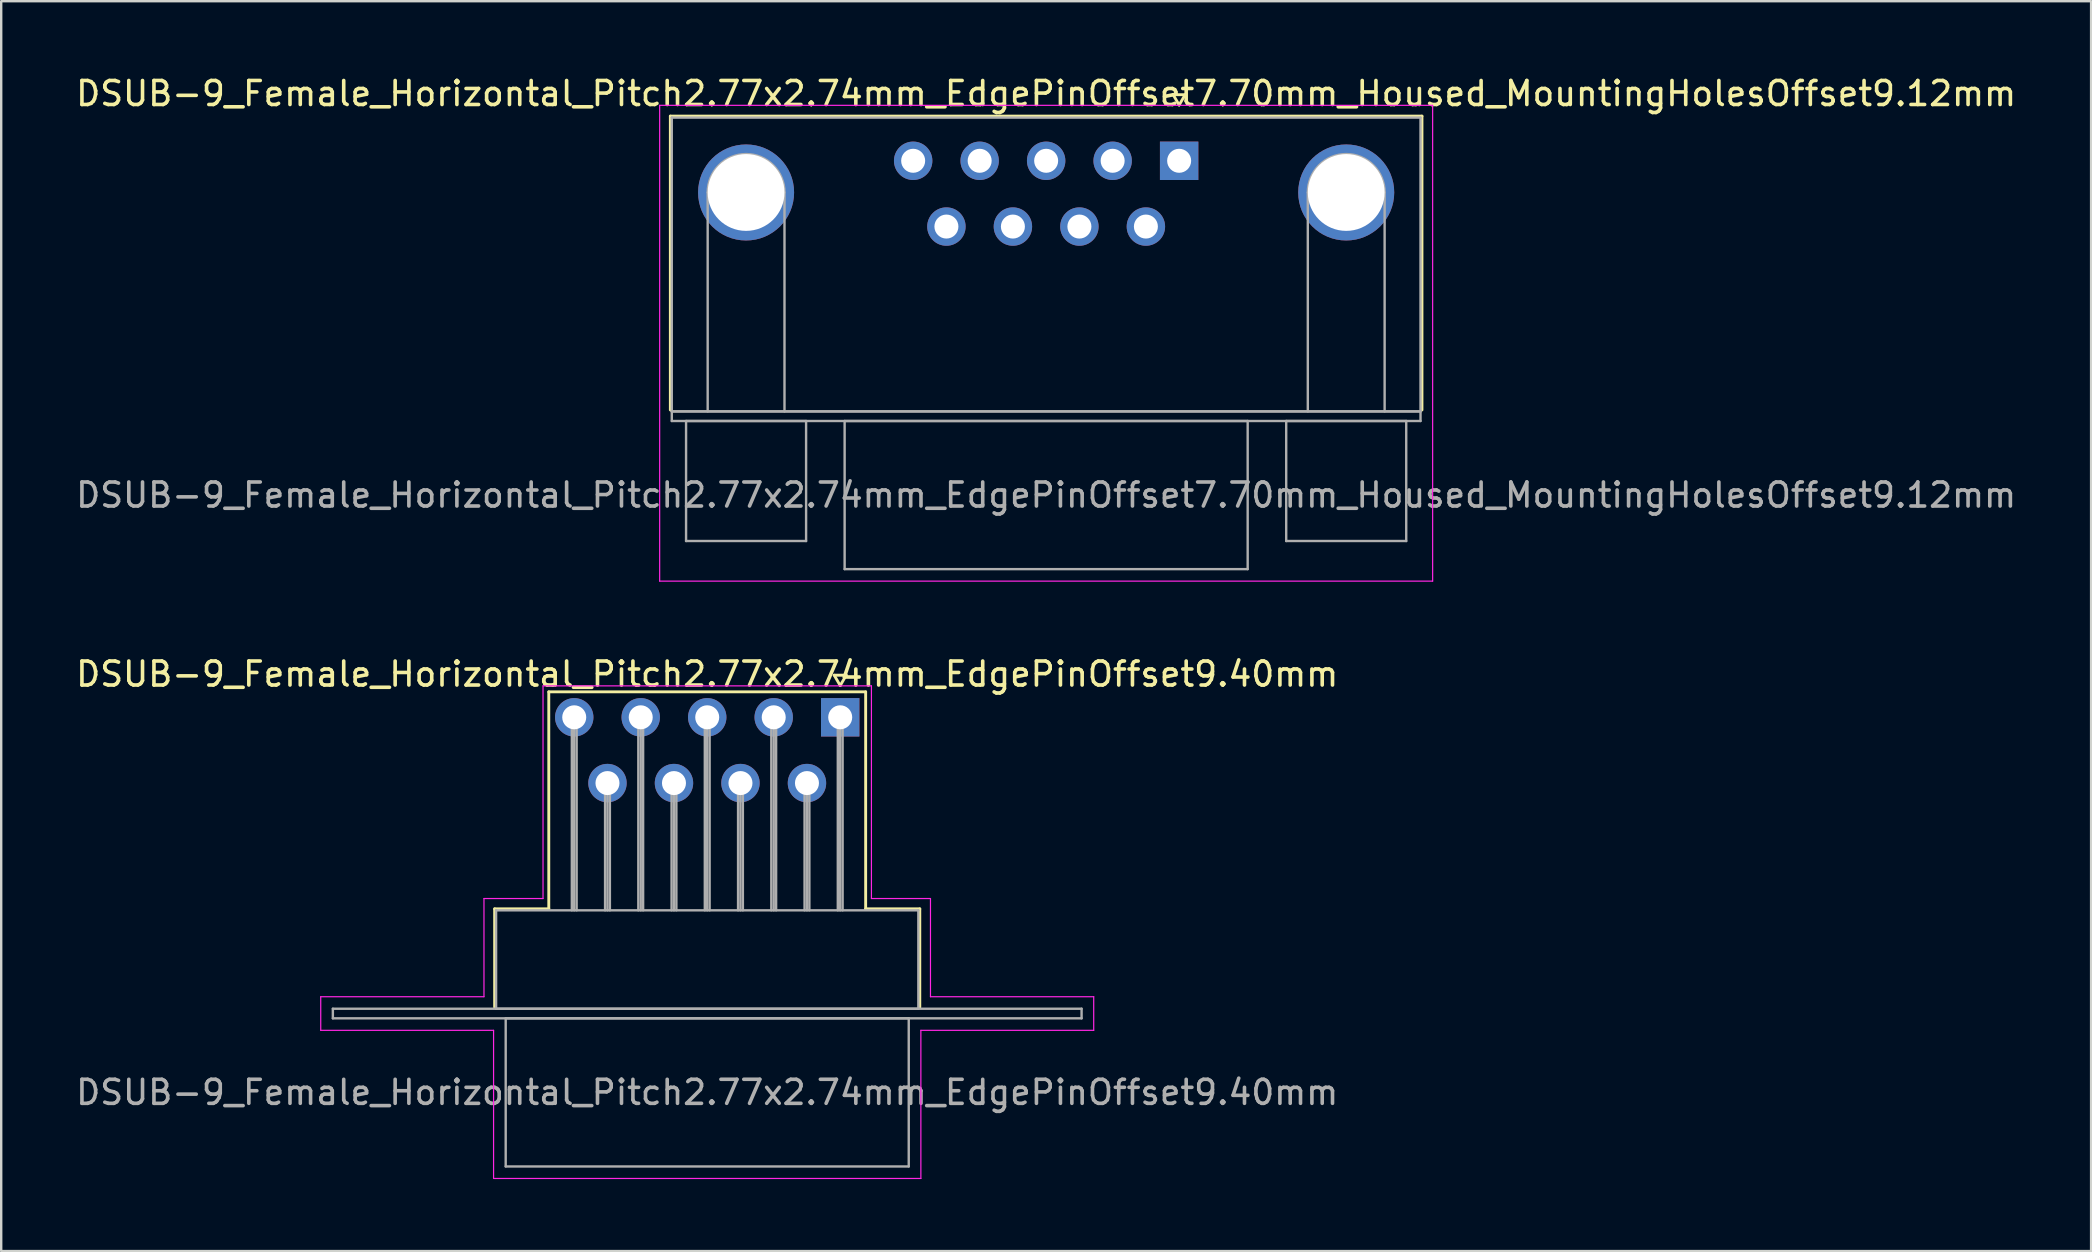
<source format=kicad_pcb>
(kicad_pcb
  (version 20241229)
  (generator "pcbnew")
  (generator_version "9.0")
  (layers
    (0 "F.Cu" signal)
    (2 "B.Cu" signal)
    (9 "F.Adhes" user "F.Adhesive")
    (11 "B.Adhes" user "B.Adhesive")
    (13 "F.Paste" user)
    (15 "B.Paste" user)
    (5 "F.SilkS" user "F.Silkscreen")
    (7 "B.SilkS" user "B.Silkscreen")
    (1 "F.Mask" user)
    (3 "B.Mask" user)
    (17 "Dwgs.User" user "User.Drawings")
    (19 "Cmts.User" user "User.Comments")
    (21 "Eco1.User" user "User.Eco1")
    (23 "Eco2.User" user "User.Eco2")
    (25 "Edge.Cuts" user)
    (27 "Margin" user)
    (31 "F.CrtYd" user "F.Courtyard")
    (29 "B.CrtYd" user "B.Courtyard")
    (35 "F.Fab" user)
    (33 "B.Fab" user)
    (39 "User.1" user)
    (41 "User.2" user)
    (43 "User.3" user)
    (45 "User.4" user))
  (footprint "DSUB-9_Female_Horizontal_Pitch2.77x2.74mm_EdgePinOffset9.40mm"
    (layer "F.Cu")
    (at 31.951 26.831)
    (property "Reference" "DSUB-9_Female_Horizontal_Pitch2.77x2.74mm_EdgePinOffset9.40mm" (at -5.54 -1.8 0) (layer "F.SilkS") (effects (font (size 1 1) (thickness 0.15))))
    (attr through_hole)
    (fp_line (start -14.395 7.98) (end -12.14 7.98) (stroke (width 0.12) (type solid)) (layer "F.SilkS"))
    (fp_line (start -14.395 12.08) (end -14.395 7.98) (stroke (width 0.12) (type solid)) (layer "F.SilkS"))
    (fp_line (start -12.14 -1.06) (end 1.06 -1.06) (stroke (width 0.12) (type solid)) (layer "F.SilkS"))
    (fp_line (start -12.14 7.98) (end -12.14 -1.06) (stroke (width 0.12) (type solid)) (layer "F.SilkS"))
    (fp_line (start -0.25 -1.754) (end 0.25 -1.754) (stroke (width 0.12) (type solid)) (layer "F.SilkS"))
    (fp_line (start 0 -1.321) (end -0.25 -1.754) (stroke (width 0.12) (type solid)) (layer "F.SilkS"))
    (fp_line (start 0.25 -1.754) (end 0 -1.321) (stroke (width 0.12) (type solid)) (layer "F.SilkS"))
    (fp_line (start 1.06 -1.06) (end 1.06 7.98) (stroke (width 0.12) (type solid)) (layer "F.SilkS"))
    (fp_line (start 1.06 7.98) (end 3.315 7.98) (stroke (width 0.12) (type solid)) (layer "F.SilkS"))
    (fp_line (start 3.315 7.98) (end 3.315 12.08) (stroke (width 0.12) (type solid)) (layer "F.SilkS"))
    (fp_line (start -21.64 11.64) (end -14.84 11.64) (stroke (width 0.05) (type solid)) (layer "F.CrtYd"))
    (fp_line (start -21.64 13.04) (end -21.64 11.64) (stroke (width 0.05) (type solid)) (layer "F.CrtYd"))
    (fp_line (start -14.84 7.55) (end -12.38 7.55) (stroke (width 0.05) (type solid)) (layer "F.CrtYd"))
    (fp_line (start -14.84 11.64) (end -14.84 7.55) (stroke (width 0.05) (type solid)) (layer "F.CrtYd"))
    (fp_line (start -14.44 13.04) (end -21.64 13.04) (stroke (width 0.05) (type solid)) (layer "F.CrtYd"))
    (fp_line (start -14.44 19.21) (end -14.44 13.04) (stroke (width 0.05) (type solid)) (layer "F.CrtYd"))
    (fp_line (start -12.38 -1.31) (end 1.3 -1.31) (stroke (width 0.05) (type solid)) (layer "F.CrtYd"))
    (fp_line (start -12.38 7.55) (end -12.38 -1.31) (stroke (width 0.05) (type solid)) (layer "F.CrtYd"))
    (fp_line (start 1.3 -1.31) (end 1.3 7.55) (stroke (width 0.05) (type solid)) (layer "F.CrtYd"))
    (fp_line (start 1.3 7.55) (end 3.76 7.55) (stroke (width 0.05) (type solid)) (layer "F.CrtYd"))
    (fp_line (start 3.36 13.04) (end 3.36 19.21) (stroke (width 0.05) (type solid)) (layer "F.CrtYd"))
    (fp_line (start 3.36 19.21) (end -14.44 19.21) (stroke (width 0.05) (type solid)) (layer "F.CrtYd"))
    (fp_line (start 3.76 7.55) (end 3.76 11.64) (stroke (width 0.05) (type solid)) (layer "F.CrtYd"))
    (fp_line (start 3.76 11.64) (end 10.56 11.64) (stroke (width 0.05) (type solid)) (layer "F.CrtYd"))
    (fp_line (start 10.56 11.64) (end 10.56 13.04) (stroke (width 0.05) (type solid)) (layer "F.CrtYd"))
    (fp_line (start 10.56 13.04) (end 3.36 13.04) (stroke (width 0.05) (type solid)) (layer "F.CrtYd"))
    (fp_line (start -21.135 12.14) (end -21.135 12.54) (stroke (width 0.1) (type solid)) (layer "F.Fab"))
    (fp_line (start -21.135 12.54) (end 10.055 12.54) (stroke (width 0.1) (type solid)) (layer "F.Fab"))
    (fp_line (start -14.335 8.04) (end -14.335 12.14) (stroke (width 0.1) (type solid)) (layer "F.Fab"))
    (fp_line (start -14.335 12.14) (end 3.255 12.14) (stroke (width 0.1) (type solid)) (layer "F.Fab"))
    (fp_line (start -13.935 12.54) (end -13.935 18.71) (stroke (width 0.1) (type solid)) (layer "F.Fab"))
    (fp_line (start -13.935 18.71) (end 2.855 18.71) (stroke (width 0.1) (type solid)) (layer "F.Fab"))
    (fp_line (start -11.18 0) (end -11.18 8.04) (stroke (width 0.1) (type solid)) (layer "F.Fab"))
    (fp_line (start -11.08 0) (end -11.08 8.04) (stroke (width 0.1) (type solid)) (layer "F.Fab"))
    (fp_line (start -10.98 0) (end -10.98 8.04) (stroke (width 0.1) (type solid)) (layer "F.Fab"))
    (fp_line (start -9.795 2.74) (end -9.795 8.04) (stroke (width 0.1) (type solid)) (layer "F.Fab"))
    (fp_line (start -9.695 2.74) (end -9.695 8.04) (stroke (width 0.1) (type solid)) (layer "F.Fab"))
    (fp_line (start -9.595 2.74) (end -9.595 8.04) (stroke (width 0.1) (type solid)) (layer "F.Fab"))
    (fp_line (start -8.41 0) (end -8.41 8.04) (stroke (width 0.1) (type solid)) (layer "F.Fab"))
    (fp_line (start -8.31 0) (end -8.31 8.04) (stroke (width 0.1) (type solid)) (layer "F.Fab"))
    (fp_line (start -8.21 0) (end -8.21 8.04) (stroke (width 0.1) (type solid)) (layer "F.Fab"))
    (fp_line (start -7.025 2.74) (end -7.025 8.04) (stroke (width 0.1) (type solid)) (layer "F.Fab"))
    (fp_line (start -6.925 2.74) (end -6.925 8.04) (stroke (width 0.1) (type solid)) (layer "F.Fab"))
    (fp_line (start -6.825 2.74) (end -6.825 8.04) (stroke (width 0.1) (type solid)) (layer "F.Fab"))
    (fp_line (start -5.64 0) (end -5.64 8.04) (stroke (width 0.1) (type solid)) (layer "F.Fab"))
    (fp_line (start -5.54 0) (end -5.54 8.04) (stroke (width 0.1) (type solid)) (layer "F.Fab"))
    (fp_line (start -5.44 0) (end -5.44 8.04) (stroke (width 0.1) (type solid)) (layer "F.Fab"))
    (fp_line (start -4.255 2.74) (end -4.255 8.04) (stroke (width 0.1) (type solid)) (layer "F.Fab"))
    (fp_line (start -4.155 2.74) (end -4.155 8.04) (stroke (width 0.1) (type solid)) (layer "F.Fab"))
    (fp_line (start -4.055 2.74) (end -4.055 8.04) (stroke (width 0.1) (type solid)) (layer "F.Fab"))
    (fp_line (start -2.87 0) (end -2.87 8.04) (stroke (width 0.1) (type solid)) (layer "F.Fab"))
    (fp_line (start -2.77 0) (end -2.77 8.04) (stroke (width 0.1) (type solid)) (layer "F.Fab"))
    (fp_line (start -2.67 0) (end -2.67 8.04) (stroke (width 0.1) (type solid)) (layer "F.Fab"))
    (fp_line (start -1.485 2.74) (end -1.485 8.04) (stroke (width 0.1) (type solid)) (layer "F.Fab"))
    (fp_line (start -1.385 2.74) (end -1.385 8.04) (stroke (width 0.1) (type solid)) (layer "F.Fab"))
    (fp_line (start -1.285 2.74) (end -1.285 8.04) (stroke (width 0.1) (type solid)) (layer "F.Fab"))
    (fp_line (start -0.1 0) (end -0.1 8.04) (stroke (width 0.1) (type solid)) (layer "F.Fab"))
    (fp_line (start 0 0) (end 0 8.04) (stroke (width 0.1) (type solid)) (layer "F.Fab"))
    (fp_line (start 0.1 0) (end 0.1 8.04) (stroke (width 0.1) (type solid)) (layer "F.Fab"))
    (fp_line (start 2.855 12.54) (end -13.935 12.54) (stroke (width 0.1) (type solid)) (layer "F.Fab"))
    (fp_line (start 2.855 18.71) (end 2.855 12.54) (stroke (width 0.1) (type solid)) (layer "F.Fab"))
    (fp_line (start 3.255 8.04) (end -14.335 8.04) (stroke (width 0.1) (type solid)) (layer "F.Fab"))
    (fp_line (start 3.255 12.14) (end 3.255 8.04) (stroke (width 0.1) (type solid)) (layer "F.Fab"))
    (fp_line (start 10.055 12.14) (end -21.135 12.14) (stroke (width 0.1) (type solid)) (layer "F.Fab"))
    (fp_line (start 10.055 12.54) (end 10.055 12.14) (stroke (width 0.1) (type solid)) (layer "F.Fab"))
    (fp_text user "${REFERENCE}" (at -5.54 15.625 0) (layer "F.Fab") (effects (font (size 1 1) (thickness 0.15))))
    (pad "1" thru_hole rect (at 0 0) (size 1.6 1.6) (drill 1) (layers "*.Cu" "*.Mask"))
    (pad "2" thru_hole circle (at -2.77 0) (size 1.6 1.6) (drill 1) (layers "*.Cu" "*.Mask"))
    (pad "3" thru_hole circle (at -5.54 0) (size 1.6 1.6) (drill 1) (layers "*.Cu" "*.Mask"))
    (pad "4" thru_hole circle (at -8.31 0) (size 1.6 1.6) (drill 1) (layers "*.Cu" "*.Mask"))
    (pad "5" thru_hole circle (at -11.08 0) (size 1.6 1.6) (drill 1) (layers "*.Cu" "*.Mask"))
    (pad "6" thru_hole circle (at -1.385 2.74) (size 1.6 1.6) (drill 1) (layers "*.Cu" "*.Mask"))
    (pad "7" thru_hole circle (at -4.155 2.74) (size 1.6 1.6) (drill 1) (layers "*.Cu" "*.Mask"))
    (pad "8" thru_hole circle (at -6.925 2.74) (size 1.6 1.6) (drill 1) (layers "*.Cu" "*.Mask"))
    (pad "9" thru_hole circle (at -9.695 2.74) (size 1.6 1.6) (drill 1) (layers "*.Cu" "*.Mask")))
  (footprint "DSUB-9_Female_Horizontal_Pitch2.77x2.74mm_EdgePinOffset7.70mm_Housed_MountingHolesOffset9.12mm"
    (layer "F.Cu")
    (at 46.07 3.648)
    (property "Reference" "DSUB-9_Female_Horizontal_Pitch2.77x2.74mm_EdgePinOffset7.70mm_Housed_MountingHolesOffset9.12mm" (at -5.54 -2.8 0) (layer "F.SilkS") (effects (font (size 1 1) (thickness 0.15))))
    (attr through_hole)
    (fp_line (start -21.195 -1.86) (end 10.115 -1.86) (stroke (width 0.12) (type solid)) (layer "F.SilkS"))
    (fp_line (start -21.195 10.38) (end -21.195 -1.86) (stroke (width 0.12) (type solid)) (layer "F.SilkS"))
    (fp_line (start -0.25 -2.754) (end 0.25 -2.754) (stroke (width 0.12) (type solid)) (layer "F.SilkS"))
    (fp_line (start 0 -2.321) (end -0.25 -2.754) (stroke (width 0.12) (type solid)) (layer "F.SilkS"))
    (fp_line (start 0.25 -2.754) (end 0 -2.321) (stroke (width 0.12) (type solid)) (layer "F.SilkS"))
    (fp_line (start 10.115 -1.86) (end 10.115 10.38) (stroke (width 0.12) (type solid)) (layer "F.SilkS"))
    (fp_line (start -21.64 -2.31) (end -21.64 17.51) (stroke (width 0.05) (type solid)) (layer "F.CrtYd"))
    (fp_line (start -21.64 17.51) (end 10.56 17.51) (stroke (width 0.05) (type solid)) (layer "F.CrtYd"))
    (fp_line (start 10.56 -2.31) (end -21.64 -2.31) (stroke (width 0.05) (type solid)) (layer "F.CrtYd"))
    (fp_line (start 10.56 17.51) (end 10.56 -2.31) (stroke (width 0.05) (type solid)) (layer "F.CrtYd"))
    (fp_line (start -21.135 -1.8) (end -21.135 10.44) (stroke (width 0.1) (type solid)) (layer "F.Fab"))
    (fp_line (start -21.135 10.44) (end -21.135 10.84) (stroke (width 0.1) (type solid)) (layer "F.Fab"))
    (fp_line (start -21.135 10.44) (end 10.055 10.44) (stroke (width 0.1) (type solid)) (layer "F.Fab"))
    (fp_line (start -21.135 10.84) (end 10.055 10.84) (stroke (width 0.1) (type solid)) (layer "F.Fab"))
    (fp_line (start -20.54 10.84) (end -20.54 15.84) (stroke (width 0.1) (type solid)) (layer "F.Fab"))
    (fp_line (start -20.54 15.84) (end -15.54 15.84) (stroke (width 0.1) (type solid)) (layer "F.Fab"))
    (fp_line (start -19.64 10.44) (end -19.64 1.32) (stroke (width 0.1) (type solid)) (layer "F.Fab"))
    (fp_line (start -16.44 10.44) (end -16.44 1.32) (stroke (width 0.1) (type solid)) (layer "F.Fab"))
    (fp_line (start -15.54 10.84) (end -20.54 10.84) (stroke (width 0.1) (type solid)) (layer "F.Fab"))
    (fp_line (start -15.54 15.84) (end -15.54 10.84) (stroke (width 0.1) (type solid)) (layer "F.Fab"))
    (fp_line (start -13.935 10.84) (end -13.935 17.01) (stroke (width 0.1) (type solid)) (layer "F.Fab"))
    (fp_line (start -13.935 17.01) (end 2.855 17.01) (stroke (width 0.1) (type solid)) (layer "F.Fab"))
    (fp_line (start 2.855 10.84) (end -13.935 10.84) (stroke (width 0.1) (type solid)) (layer "F.Fab"))
    (fp_line (start 2.855 17.01) (end 2.855 10.84) (stroke (width 0.1) (type solid)) (layer "F.Fab"))
    (fp_line (start 4.46 10.84) (end 4.46 15.84) (stroke (width 0.1) (type solid)) (layer "F.Fab"))
    (fp_line (start 4.46 15.84) (end 9.46 15.84) (stroke (width 0.1) (type solid)) (layer "F.Fab"))
    (fp_line (start 5.36 10.44) (end 5.36 1.32) (stroke (width 0.1) (type solid)) (layer "F.Fab"))
    (fp_line (start 8.56 10.44) (end 8.56 1.32) (stroke (width 0.1) (type solid)) (layer "F.Fab"))
    (fp_line (start 9.46 10.84) (end 4.46 10.84) (stroke (width 0.1) (type solid)) (layer "F.Fab"))
    (fp_line (start 9.46 15.84) (end 9.46 10.84) (stroke (width 0.1) (type solid)) (layer "F.Fab"))
    (fp_line (start 10.055 -1.8) (end -21.135 -1.8) (stroke (width 0.1) (type solid)) (layer "F.Fab"))
    (fp_line (start 10.055 10.44) (end -21.135 10.44) (stroke (width 0.1) (type solid)) (layer "F.Fab"))
    (fp_line (start 10.055 10.44) (end 10.055 -1.8) (stroke (width 0.1) (type solid)) (layer "F.Fab"))
    (fp_line (start 10.055 10.84) (end 10.055 10.44) (stroke (width 0.1) (type solid)) (layer "F.Fab"))
    (fp_arc (start -19.64 1.32) (mid -18.04 -0.28) (end -16.44 1.32) (stroke (width 0.1) (type solid)) (layer "F.Fab"))
    (fp_arc (start 5.36 1.32) (mid 6.96 -0.28) (end 8.56 1.32) (stroke (width 0.1) (type solid)) (layer "F.Fab"))
    (fp_text user "${REFERENCE}" (at -5.54 13.925 0) (layer "F.Fab") (effects (font (size 1 1) (thickness 0.15))))
    (pad "0" thru_hole circle (at -18.04 1.32) (size 4 4) (drill 3.2) (layers "*.Cu" "*.Mask"))
    (pad "0" thru_hole circle (at 6.96 1.32) (size 4 4) (drill 3.2) (layers "*.Cu" "*.Mask"))
    (pad "1" thru_hole rect (at 0 0) (size 1.6 1.6) (drill 1) (layers "*.Cu" "*.Mask"))
    (pad "2" thru_hole circle (at -2.77 0) (size 1.6 1.6) (drill 1) (layers "*.Cu" "*.Mask"))
    (pad "3" thru_hole circle (at -5.54 0) (size 1.6 1.6) (drill 1) (layers "*.Cu" "*.Mask"))
    (pad "4" thru_hole circle (at -8.31 0) (size 1.6 1.6) (drill 1) (layers "*.Cu" "*.Mask"))
    (pad "5" thru_hole circle (at -11.08 0) (size 1.6 1.6) (drill 1) (layers "*.Cu" "*.Mask"))
    (pad "6" thru_hole circle (at -1.385 2.74) (size 1.6 1.6) (drill 1) (layers "*.Cu" "*.Mask"))
    (pad "7" thru_hole circle (at -4.155 2.74) (size 1.6 1.6) (drill 1) (layers "*.Cu" "*.Mask"))
    (pad "8" thru_hole circle (at -6.925 2.74) (size 1.6 1.6) (drill 1) (layers "*.Cu" "*.Mask"))
    (pad "9" thru_hole circle (at -9.695 2.74) (size 1.6 1.6) (drill 1) (layers "*.Cu" "*.Mask")))
  (gr_rect
    (start -3 -3)
    (end 84.06 49.066)
    (stroke (width 0.1) (type default))
    (fill no)
    (layer "Edge.Cuts")))
</source>
